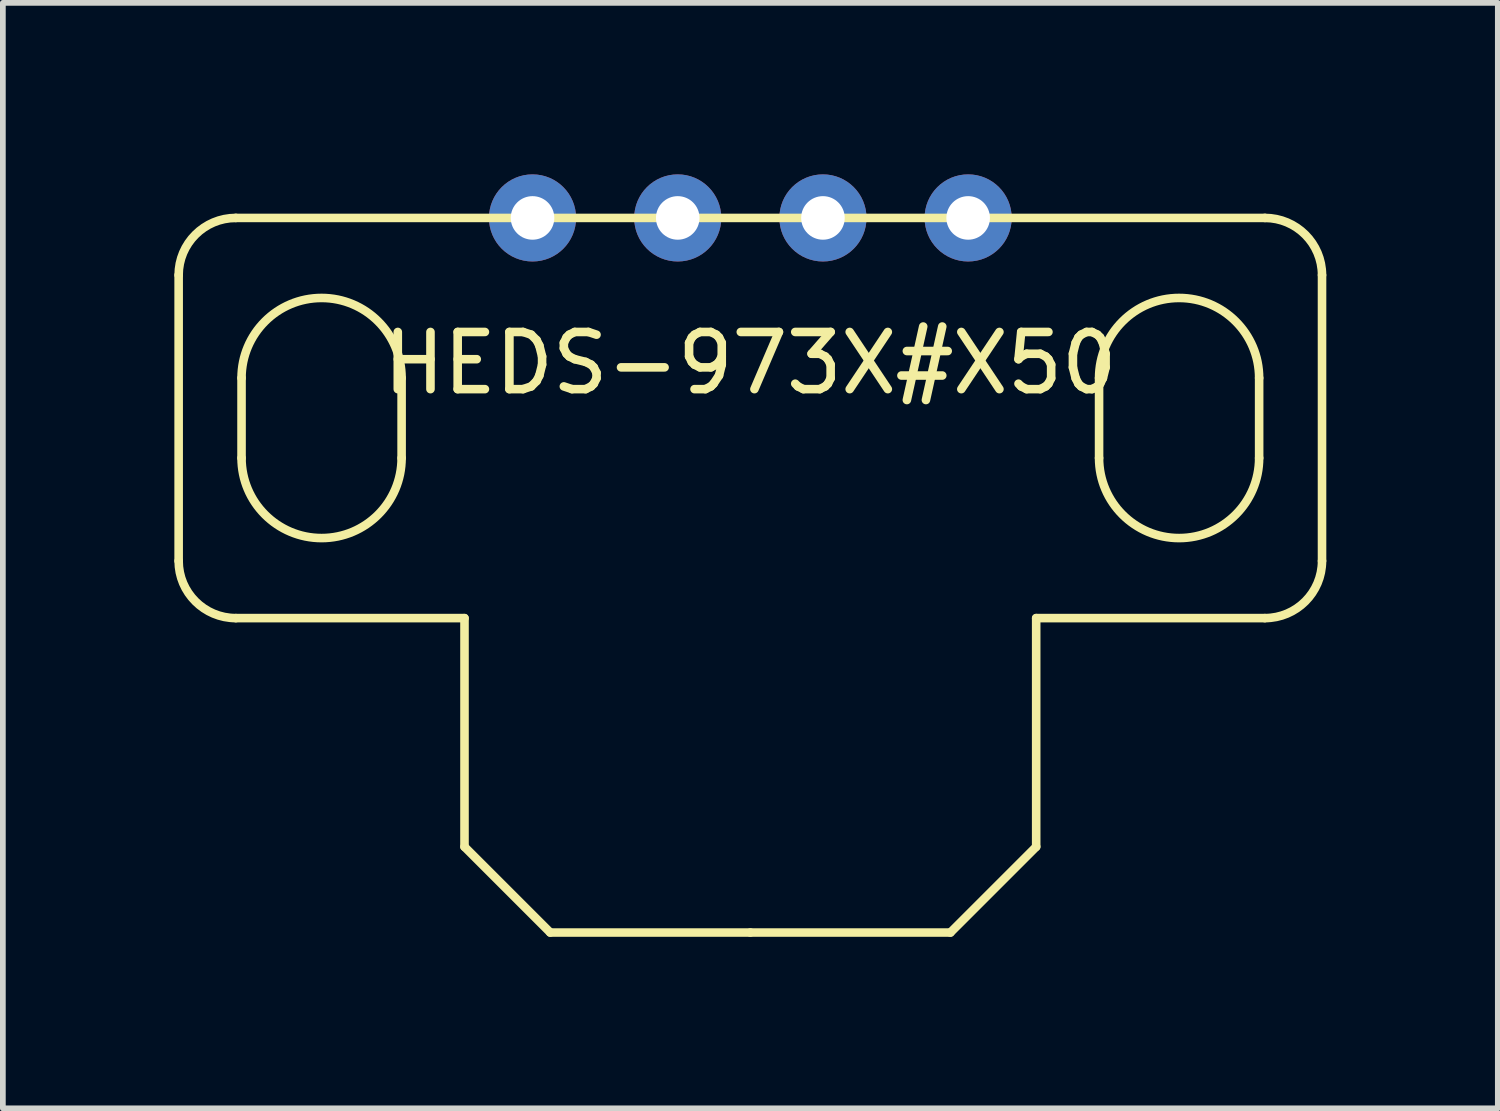
<source format=kicad_pcb>
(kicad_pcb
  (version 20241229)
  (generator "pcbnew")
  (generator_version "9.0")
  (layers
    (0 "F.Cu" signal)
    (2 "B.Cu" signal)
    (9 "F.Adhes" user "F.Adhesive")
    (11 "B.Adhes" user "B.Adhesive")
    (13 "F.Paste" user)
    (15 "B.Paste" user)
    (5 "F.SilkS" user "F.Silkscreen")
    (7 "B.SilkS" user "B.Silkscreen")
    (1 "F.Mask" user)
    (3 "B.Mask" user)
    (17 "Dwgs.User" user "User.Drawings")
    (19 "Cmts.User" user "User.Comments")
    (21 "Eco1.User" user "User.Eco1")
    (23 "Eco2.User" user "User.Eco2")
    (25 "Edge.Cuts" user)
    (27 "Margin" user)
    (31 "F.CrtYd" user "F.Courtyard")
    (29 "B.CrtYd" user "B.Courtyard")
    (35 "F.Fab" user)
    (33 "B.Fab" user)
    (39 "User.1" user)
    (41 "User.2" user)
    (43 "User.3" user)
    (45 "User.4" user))
  (footprint "HEDS-973X#X50"
    (layer "F.Cu")
    (at 10.075 0.762)
    (property "Reference" "HEDS-973X#X50" (at 0 2.54 0) (layer "F.SilkS") (effects (font (size 1 1) (thickness 0.15))))
    (attr through_hole)
    (fp_line (start -10 1) (end -10 6) (stroke (width 0.15) (type solid)) (layer "F.SilkS"))
    (fp_line (start -9 7) (end -5 7) (stroke (width 0.15) (type solid)) (layer "F.SilkS"))
    (fp_line (start -8.9 2.8) (end -8.9 4.2) (stroke (width 0.15) (type solid)) (layer "F.SilkS"))
    (fp_line (start -6.1 2.8) (end -6.1 4.2) (stroke (width 0.15) (type solid)) (layer "F.SilkS"))
    (fp_line (start -5 11) (end -5 7) (stroke (width 0.15) (type solid)) (layer "F.SilkS"))
    (fp_line (start -3.5 12.5) (end -5 11) (stroke (width 0.15) (type solid)) (layer "F.SilkS"))
    (fp_line (start 0 12.5) (end -3.5 12.5) (stroke (width 0.15) (type solid)) (layer "F.SilkS"))
    (fp_line (start 0 12.5) (end 3.5 12.5) (stroke (width 0.15) (type solid)) (layer "F.SilkS"))
    (fp_line (start 3.5 12.5) (end 5 11) (stroke (width 0.15) (type solid)) (layer "F.SilkS"))
    (fp_line (start 5 11) (end 5 7) (stroke (width 0.15) (type solid)) (layer "F.SilkS"))
    (fp_line (start 6.1 4.2) (end 6.1 2.8) (stroke (width 0.15) (type solid)) (layer "F.SilkS"))
    (fp_line (start 8.9 2.8) (end 8.9 4.2) (stroke (width 0.15) (type solid)) (layer "F.SilkS"))
    (fp_line (start 9 0) (end -9 0) (stroke (width 0.15) (type solid)) (layer "F.SilkS"))
    (fp_line (start 9 7) (end 5 7) (stroke (width 0.15) (type solid)) (layer "F.SilkS"))
    (fp_line (start 10 6) (end 10 1) (stroke (width 0.15) (type solid)) (layer "F.SilkS"))
    (fp_arc (start -10 1) (mid -9.707107 0.292893) (end -9 0) (stroke (width 0.15) (type solid)) (layer "F.SilkS"))
    (fp_arc (start -9 7) (mid -9.707107 6.707107) (end -10 6) (stroke (width 0.15) (type solid)) (layer "F.SilkS"))
    (fp_arc (start -8.9 2.8) (mid -7.5 1.4) (end -6.1 2.8) (stroke (width 0.15) (type solid)) (layer "F.SilkS"))
    (fp_arc (start -6.1 4.2) (mid -7.5 5.6) (end -8.9 4.2) (stroke (width 0.15) (type solid)) (layer "F.SilkS"))
    (fp_arc (start 6.1 2.8) (mid 7.5 1.4) (end 8.9 2.8) (stroke (width 0.15) (type solid)) (layer "F.SilkS"))
    (fp_arc (start 8.9 4.2) (mid 7.5 5.6) (end 6.1 4.2) (stroke (width 0.15) (type solid)) (layer "F.SilkS"))
    (fp_arc (start 9 0) (mid 9.707107 0.292893) (end 10 1) (stroke (width 0.15) (type solid)) (layer "F.SilkS"))
    (fp_arc (start 10 6) (mid 9.707107 6.707107) (end 9 7) (stroke (width 0.15) (type solid)) (layer "F.SilkS"))
    (pad "1" thru_hole circle (at 3.81 0) (size 1.524 1.524) (drill 0.762) (layers "*.Cu" "*.Mask"))
    (pad "2" thru_hole circle (at 1.27 0) (size 1.524 1.524) (drill 0.762) (layers "*.Cu" "*.Mask"))
    (pad "3" thru_hole circle (at -1.27 0) (size 1.524 1.524) (drill 0.762) (layers "*.Cu" "*.Mask"))
    (pad "4" thru_hole circle (at -3.81 0) (size 1.524 1.524) (drill 0.762) (layers "*.Cu" "*.Mask")))
  (gr_rect
    (start -3 -3)
    (end 23.15 16.337)
    (stroke (width 0.1) (type default))
    (fill no)
    (layer "Edge.Cuts")))
</source>
